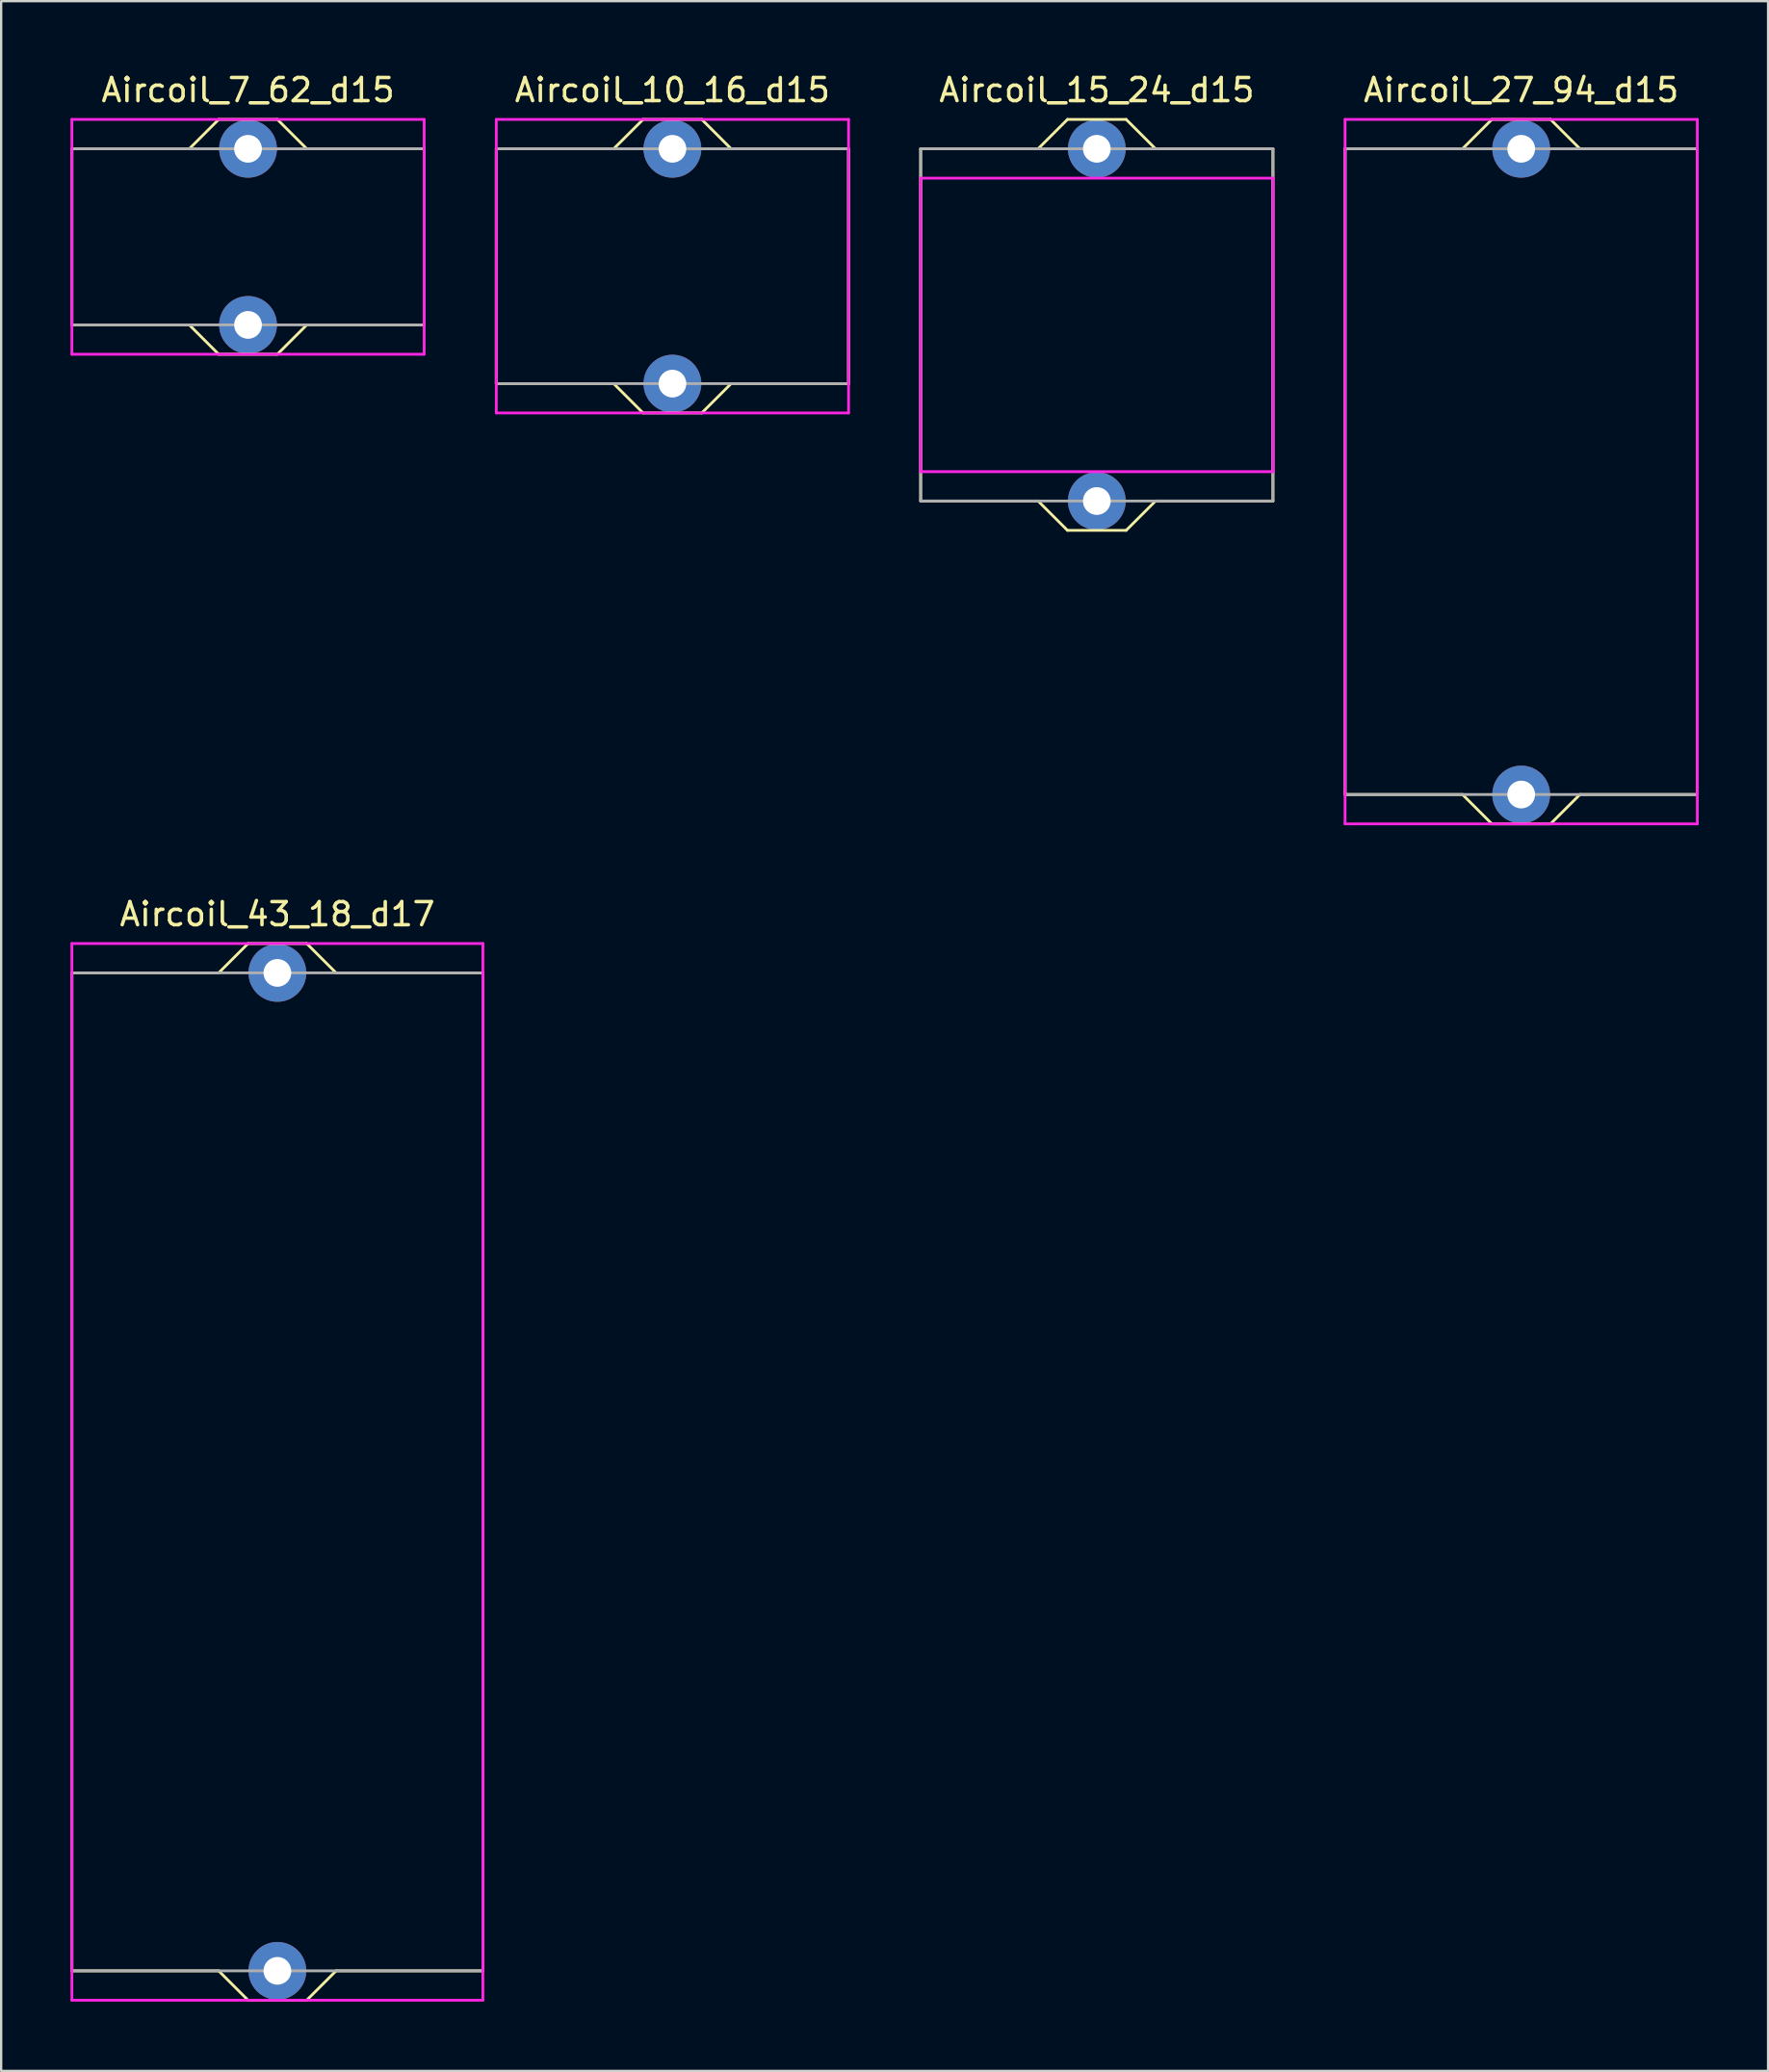
<source format=kicad_pcb>
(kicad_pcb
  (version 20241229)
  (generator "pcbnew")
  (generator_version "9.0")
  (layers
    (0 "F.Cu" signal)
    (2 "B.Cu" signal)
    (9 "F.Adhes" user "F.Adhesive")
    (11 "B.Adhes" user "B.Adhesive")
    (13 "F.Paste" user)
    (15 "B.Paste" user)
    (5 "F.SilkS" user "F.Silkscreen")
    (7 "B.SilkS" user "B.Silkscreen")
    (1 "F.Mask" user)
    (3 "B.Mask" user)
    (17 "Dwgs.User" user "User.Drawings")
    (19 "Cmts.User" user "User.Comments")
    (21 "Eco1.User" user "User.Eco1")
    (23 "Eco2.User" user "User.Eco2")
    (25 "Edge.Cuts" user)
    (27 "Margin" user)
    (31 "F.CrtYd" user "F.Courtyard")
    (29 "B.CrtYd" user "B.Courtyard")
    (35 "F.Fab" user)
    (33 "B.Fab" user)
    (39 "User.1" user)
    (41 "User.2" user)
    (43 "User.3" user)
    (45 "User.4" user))
  (footprint "Aircoil_27_94_d15"
    (layer "F.Cu")
    (at 62.76 17.358)
    (property "Reference" "Aircoil_27_94_d15" (at 0 -16.51 0) (layer "F.SilkS") (effects (font (size 1 1) (thickness 0.15))))
    (attr through_hole)
    (fp_line (start -7.62 13.97) (end -7.62 -13.97) (stroke (width 0.12) (type solid)) (layer "F.SilkS"))
    (fp_line (start -7.62 13.97) (end -2.54 13.97) (stroke (width 0.12) (type solid)) (layer "F.SilkS"))
    (fp_line (start -2.54 -13.97) (end -7.62 -13.97) (stroke (width 0.12) (type solid)) (layer "F.SilkS"))
    (fp_line (start -2.54 13.97) (end -1.27 15.24) (stroke (width 0.12) (type solid)) (layer "F.SilkS"))
    (fp_line (start -1.27 -15.24) (end -2.54 -13.97) (stroke (width 0.12) (type solid)) (layer "F.SilkS"))
    (fp_line (start -1.27 15.24) (end 1.27 15.24) (stroke (width 0.12) (type solid)) (layer "F.SilkS"))
    (fp_line (start 1.27 -15.24) (end -1.27 -15.24) (stroke (width 0.12) (type solid)) (layer "F.SilkS"))
    (fp_line (start 1.27 15.24) (end 2.54 13.97) (stroke (width 0.12) (type solid)) (layer "F.SilkS"))
    (fp_line (start 2.54 -13.97) (end 1.27 -15.24) (stroke (width 0.12) (type solid)) (layer "F.SilkS"))
    (fp_line (start 2.54 13.97) (end 7.62 13.97) (stroke (width 0.12) (type solid)) (layer "F.SilkS"))
    (fp_line (start 7.62 -13.97) (end 2.54 -13.97) (stroke (width 0.12) (type solid)) (layer "F.SilkS"))
    (fp_line (start 7.62 13.97) (end 7.62 -13.97) (stroke (width 0.12) (type solid)) (layer "F.SilkS"))
    (fp_line (start -7.62 -15.24) (end 7.62 -15.24) (stroke (width 0.12) (type solid)) (layer "F.CrtYd"))
    (fp_line (start -7.62 15.24) (end -7.62 -15.24) (stroke (width 0.12) (type solid)) (layer "F.CrtYd"))
    (fp_line (start 7.62 -15.24) (end 7.62 15.24) (stroke (width 0.12) (type solid)) (layer "F.CrtYd"))
    (fp_line (start 7.62 15.24) (end -7.62 15.24) (stroke (width 0.12) (type solid)) (layer "F.CrtYd"))
    (fp_line (start -7.62 -13.97) (end -7.62 13.97) (stroke (width 0.12) (type solid)) (layer "F.Fab"))
    (fp_line (start -7.62 13.97) (end 7.62 13.97) (stroke (width 0.12) (type solid)) (layer "F.Fab"))
    (fp_line (start 0 -13.97) (end -7.62 -13.97) (stroke (width 0.12) (type solid)) (layer "F.Fab"))
    (fp_line (start 7.62 -13.97) (end 0 -13.97) (stroke (width 0.12) (type solid)) (layer "F.Fab"))
    (fp_line (start 7.62 13.97) (end 7.62 -13.97) (stroke (width 0.12) (type solid)) (layer "F.Fab"))
    (pad "1" thru_hole circle (at 0 -13.97) (size 2.5 2.5) (drill 1.2) (layers "*.Cu" "*.Mask"))
    (pad "2" thru_hole circle (at 0 13.97) (size 2.5 2.5) (drill 1.2) (layers "*.Cu" "*.Mask")))
  (footprint "Aircoil_15_24_d15"
    (layer "F.Cu")
    (at 44.4 11.008)
    (property "Reference" "Aircoil_15_24_d15" (at 0 -10.16 0) (layer "F.SilkS") (effects (font (size 1 1) (thickness 0.15))))
    (attr through_hole)
    (fp_line (start -7.62 -7.62) (end -7.62 7.62) (stroke (width 0.12) (type solid)) (layer "F.SilkS"))
    (fp_line (start -7.62 7.62) (end -2.54 7.62) (stroke (width 0.12) (type solid)) (layer "F.SilkS"))
    (fp_line (start -2.54 -7.62) (end -7.62 -7.62) (stroke (width 0.12) (type solid)) (layer "F.SilkS"))
    (fp_line (start -2.54 7.62) (end -1.27 8.89) (stroke (width 0.12) (type solid)) (layer "F.SilkS"))
    (fp_line (start -1.27 -8.89) (end -2.54 -7.62) (stroke (width 0.12) (type solid)) (layer "F.SilkS"))
    (fp_line (start -1.27 8.89) (end 1.27 8.89) (stroke (width 0.12) (type solid)) (layer "F.SilkS"))
    (fp_line (start 1.27 -8.89) (end -1.27 -8.89) (stroke (width 0.12) (type solid)) (layer "F.SilkS"))
    (fp_line (start 1.27 8.89) (end 2.54 7.62) (stroke (width 0.12) (type solid)) (layer "F.SilkS"))
    (fp_line (start 2.54 -7.62) (end 1.27 -8.89) (stroke (width 0.12) (type solid)) (layer "F.SilkS"))
    (fp_line (start 2.54 7.62) (end 7.62 7.62) (stroke (width 0.12) (type solid)) (layer "F.SilkS"))
    (fp_line (start 7.62 -7.62) (end 2.54 -7.62) (stroke (width 0.12) (type solid)) (layer "F.SilkS"))
    (fp_line (start 7.62 7.62) (end 7.62 -7.62) (stroke (width 0.12) (type solid)) (layer "F.SilkS"))
    (fp_line (start -7.62 -6.35) (end 7.62 -6.35) (stroke (width 0.12) (type solid)) (layer "F.CrtYd"))
    (fp_line (start -7.62 6.35) (end -7.62 -6.35) (stroke (width 0.12) (type solid)) (layer "F.CrtYd"))
    (fp_line (start 7.62 -6.35) (end 7.62 6.35) (stroke (width 0.12) (type solid)) (layer "F.CrtYd"))
    (fp_line (start 7.62 6.35) (end -7.62 6.35) (stroke (width 0.12) (type solid)) (layer "F.CrtYd"))
    (fp_line (start -7.62 -7.62) (end -7.62 7.62) (stroke (width 0.12) (type solid)) (layer "F.Fab"))
    (fp_line (start -7.62 7.62) (end 7.62 7.62) (stroke (width 0.12) (type solid)) (layer "F.Fab"))
    (fp_line (start 0 -7.62) (end -7.62 -7.62) (stroke (width 0.12) (type solid)) (layer "F.Fab"))
    (fp_line (start 7.62 -7.62) (end 0 -7.62) (stroke (width 0.12) (type solid)) (layer "F.Fab"))
    (fp_line (start 7.62 7.62) (end 7.62 -7.62) (stroke (width 0.12) (type solid)) (layer "F.Fab"))
    (pad "1" thru_hole circle (at 0 -7.62) (size 2.5 2.5) (drill 1.2) (layers "*.Cu" "*.Mask"))
    (pad "2" thru_hole circle (at 0 7.62) (size 2.5 2.5) (drill 1.2) (layers "*.Cu" "*.Mask")))
  (footprint "Aircoil_10_16_d15"
    (layer "F.Cu")
    (at 26.04 8.468)
    (property "Reference" "Aircoil_10_16_d15" (at 0 -7.62 0) (layer "F.SilkS") (effects (font (size 1 1) (thickness 0.15))))
    (attr through_hole)
    (fp_line (start -7.62 -5.08) (end -7.62 5.08) (stroke (width 0.12) (type solid)) (layer "F.SilkS"))
    (fp_line (start -7.62 5.08) (end -2.54 5.08) (stroke (width 0.12) (type solid)) (layer "F.SilkS"))
    (fp_line (start -2.54 -5.08) (end -7.62 -5.08) (stroke (width 0.12) (type solid)) (layer "F.SilkS"))
    (fp_line (start -2.54 5.08) (end -1.27 6.35) (stroke (width 0.12) (type solid)) (layer "F.SilkS"))
    (fp_line (start -1.27 -6.35) (end -2.54 -5.08) (stroke (width 0.12) (type solid)) (layer "F.SilkS"))
    (fp_line (start -1.27 6.35) (end 1.27 6.35) (stroke (width 0.12) (type solid)) (layer "F.SilkS"))
    (fp_line (start 1.27 -6.35) (end -1.27 -6.35) (stroke (width 0.12) (type solid)) (layer "F.SilkS"))
    (fp_line (start 1.27 6.35) (end 2.54 5.08) (stroke (width 0.12) (type solid)) (layer "F.SilkS"))
    (fp_line (start 2.54 -5.08) (end 1.27 -6.35) (stroke (width 0.12) (type solid)) (layer "F.SilkS"))
    (fp_line (start 2.54 5.08) (end 7.62 5.08) (stroke (width 0.12) (type solid)) (layer "F.SilkS"))
    (fp_line (start 7.62 -5.08) (end 2.54 -5.08) (stroke (width 0.12) (type solid)) (layer "F.SilkS"))
    (fp_line (start 7.62 5.08) (end 7.62 -5.08) (stroke (width 0.12) (type solid)) (layer "F.SilkS"))
    (fp_line (start -7.62 -6.35) (end 7.62 -6.35) (stroke (width 0.12) (type solid)) (layer "F.CrtYd"))
    (fp_line (start -7.62 6.35) (end -7.62 -6.35) (stroke (width 0.12) (type solid)) (layer "F.CrtYd"))
    (fp_line (start 7.62 -6.35) (end 7.62 6.35) (stroke (width 0.12) (type solid)) (layer "F.CrtYd"))
    (fp_line (start 7.62 6.35) (end -7.62 6.35) (stroke (width 0.12) (type solid)) (layer "F.CrtYd"))
    (fp_line (start -7.62 -5.08) (end -7.62 5.08) (stroke (width 0.12) (type solid)) (layer "F.Fab"))
    (fp_line (start -7.62 5.08) (end 7.62 5.08) (stroke (width 0.12) (type solid)) (layer "F.Fab"))
    (fp_line (start 0 -5.08) (end -7.62 -5.08) (stroke (width 0.12) (type solid)) (layer "F.Fab"))
    (fp_line (start 7.62 -5.08) (end 0 -5.08) (stroke (width 0.12) (type solid)) (layer "F.Fab"))
    (fp_line (start 7.62 5.08) (end 7.62 -5.08) (stroke (width 0.12) (type solid)) (layer "F.Fab"))
    (pad "1" thru_hole circle (at 0 -5.08) (size 2.5 2.5) (drill 1.2) (layers "*.Cu" "*.Mask"))
    (pad "2" thru_hole circle (at 0 5.08) (size 2.5 2.5) (drill 1.2) (layers "*.Cu" "*.Mask")))
  (footprint "Aircoil_7_62_d15"
    (layer "F.Cu")
    (at 7.68 7.198)
    (property "Reference" "Aircoil_7_62_d15" (at 0 -6.35 0) (layer "F.SilkS") (effects (font (size 1 1) (thickness 0.15))))
    (attr through_hole)
    (fp_line (start -7.62 -3.81) (end -7.62 3.81) (stroke (width 0.12) (type solid)) (layer "F.SilkS"))
    (fp_line (start -7.62 3.81) (end -2.54 3.81) (stroke (width 0.12) (type solid)) (layer "F.SilkS"))
    (fp_line (start -2.54 -3.81) (end -7.62 -3.81) (stroke (width 0.12) (type solid)) (layer "F.SilkS"))
    (fp_line (start -2.54 3.81) (end -1.27 5.08) (stroke (width 0.12) (type solid)) (layer "F.SilkS"))
    (fp_line (start -1.27 -5.08) (end -2.54 -3.81) (stroke (width 0.12) (type solid)) (layer "F.SilkS"))
    (fp_line (start -1.27 5.08) (end 1.27 5.08) (stroke (width 0.12) (type solid)) (layer "F.SilkS"))
    (fp_line (start 1.27 -5.08) (end -1.27 -5.08) (stroke (width 0.12) (type solid)) (layer "F.SilkS"))
    (fp_line (start 1.27 5.08) (end 2.54 3.81) (stroke (width 0.12) (type solid)) (layer "F.SilkS"))
    (fp_line (start 2.54 -3.81) (end 1.27 -5.08) (stroke (width 0.12) (type solid)) (layer "F.SilkS"))
    (fp_line (start 2.54 3.81) (end 7.62 3.81) (stroke (width 0.12) (type solid)) (layer "F.SilkS"))
    (fp_line (start 7.62 -3.81) (end 2.54 -3.81) (stroke (width 0.12) (type solid)) (layer "F.SilkS"))
    (fp_line (start 7.62 3.81) (end 7.62 -3.81) (stroke (width 0.12) (type solid)) (layer "F.SilkS"))
    (fp_line (start -7.62 -5.08) (end 7.62 -5.08) (stroke (width 0.12) (type solid)) (layer "F.CrtYd"))
    (fp_line (start -7.62 5.08) (end -7.62 -5.08) (stroke (width 0.12) (type solid)) (layer "F.CrtYd"))
    (fp_line (start 7.62 -5.08) (end 7.62 5.08) (stroke (width 0.12) (type solid)) (layer "F.CrtYd"))
    (fp_line (start 7.62 5.08) (end -7.62 5.08) (stroke (width 0.12) (type solid)) (layer "F.CrtYd"))
    (fp_line (start -7.62 -3.81) (end -7.62 3.81) (stroke (width 0.12) (type solid)) (layer "F.Fab"))
    (fp_line (start -7.62 3.81) (end 7.62 3.81) (stroke (width 0.12) (type solid)) (layer "F.Fab"))
    (fp_line (start 0 -3.81) (end -7.62 -3.81) (stroke (width 0.12) (type solid)) (layer "F.Fab"))
    (fp_line (start 7.62 -3.81) (end 0 -3.81) (stroke (width 0.12) (type solid)) (layer "F.Fab"))
    (fp_line (start 7.62 3.81) (end 7.62 -3.81) (stroke (width 0.12) (type solid)) (layer "F.Fab"))
    (pad "1" thru_hole circle (at 0 -3.81) (size 2.5 2.5) (drill 1.2) (layers "*.Cu" "*.Mask"))
    (pad "2" thru_hole circle (at 0 3.81) (size 2.5 2.5) (drill 1.2) (layers "*.Cu" "*.Mask")))
  (footprint "Aircoil_43_18_d17"
    (layer "F.Cu")
    (at 8.95 60.636)
    (property "Reference" "Aircoil_43_18_d17" (at 0 -24.13 0) (layer "F.SilkS") (effects (font (size 1 1) (thickness 0.15))))
    (attr through_hole)
    (fp_line (start -8.89 21.59) (end -8.89 -21.59) (stroke (width 0.12) (type solid)) (layer "F.SilkS"))
    (fp_line (start -8.89 21.59) (end -2.54 21.59) (stroke (width 0.12) (type solid)) (layer "F.SilkS"))
    (fp_line (start -2.54 -21.59) (end -8.89 -21.59) (stroke (width 0.12) (type solid)) (layer "F.SilkS"))
    (fp_line (start -2.54 21.59) (end -1.27 22.86) (stroke (width 0.12) (type solid)) (layer "F.SilkS"))
    (fp_line (start -1.27 -22.86) (end -2.54 -21.59) (stroke (width 0.12) (type solid)) (layer "F.SilkS"))
    (fp_line (start -1.27 22.86) (end 1.27 22.86) (stroke (width 0.12) (type solid)) (layer "F.SilkS"))
    (fp_line (start 1.27 -22.86) (end -1.27 -22.86) (stroke (width 0.12) (type solid)) (layer "F.SilkS"))
    (fp_line (start 1.27 22.86) (end 2.54 21.59) (stroke (width 0.12) (type solid)) (layer "F.SilkS"))
    (fp_line (start 2.54 -21.59) (end 1.27 -22.86) (stroke (width 0.12) (type solid)) (layer "F.SilkS"))
    (fp_line (start 2.54 21.59) (end 8.89 21.59) (stroke (width 0.12) (type solid)) (layer "F.SilkS"))
    (fp_line (start 8.89 -21.59) (end 2.54 -21.59) (stroke (width 0.12) (type solid)) (layer "F.SilkS"))
    (fp_line (start 8.89 21.59) (end 8.89 -21.59) (stroke (width 0.12) (type solid)) (layer "F.SilkS"))
    (fp_line (start -8.89 -22.86) (end 8.89 -22.86) (stroke (width 0.12) (type solid)) (layer "F.CrtYd"))
    (fp_line (start -8.89 22.86) (end -8.89 -22.86) (stroke (width 0.12) (type solid)) (layer "F.CrtYd"))
    (fp_line (start 8.89 -22.86) (end 8.89 22.86) (stroke (width 0.12) (type solid)) (layer "F.CrtYd"))
    (fp_line (start 8.89 22.86) (end -8.89 22.86) (stroke (width 0.12) (type solid)) (layer "F.CrtYd"))
    (fp_line (start -8.89 -21.59) (end -8.89 21.59) (stroke (width 0.12) (type solid)) (layer "F.Fab"))
    (fp_line (start -8.89 21.59) (end 8.89 21.59) (stroke (width 0.12) (type solid)) (layer "F.Fab"))
    (fp_line (start 0 -21.59) (end -8.89 -21.59) (stroke (width 0.12) (type solid)) (layer "F.Fab"))
    (fp_line (start 8.89 -21.59) (end 0 -21.59) (stroke (width 0.12) (type solid)) (layer "F.Fab"))
    (fp_line (start 8.89 21.59) (end 8.89 -21.59) (stroke (width 0.12) (type solid)) (layer "F.Fab"))
    (pad "1" thru_hole circle (at 0 -21.59) (size 2.5 2.5) (drill 1.2) (layers "*.Cu" "*.Mask"))
    (pad "2" thru_hole circle (at 0 21.59) (size 2.5 2.5) (drill 1.2) (layers "*.Cu" "*.Mask")))
  (gr_rect
    (start -3 -3)
    (end 73.44 86.556)
    (stroke (width 0.1) (type default))
    (fill no)
    (layer "Edge.Cuts")))
</source>
